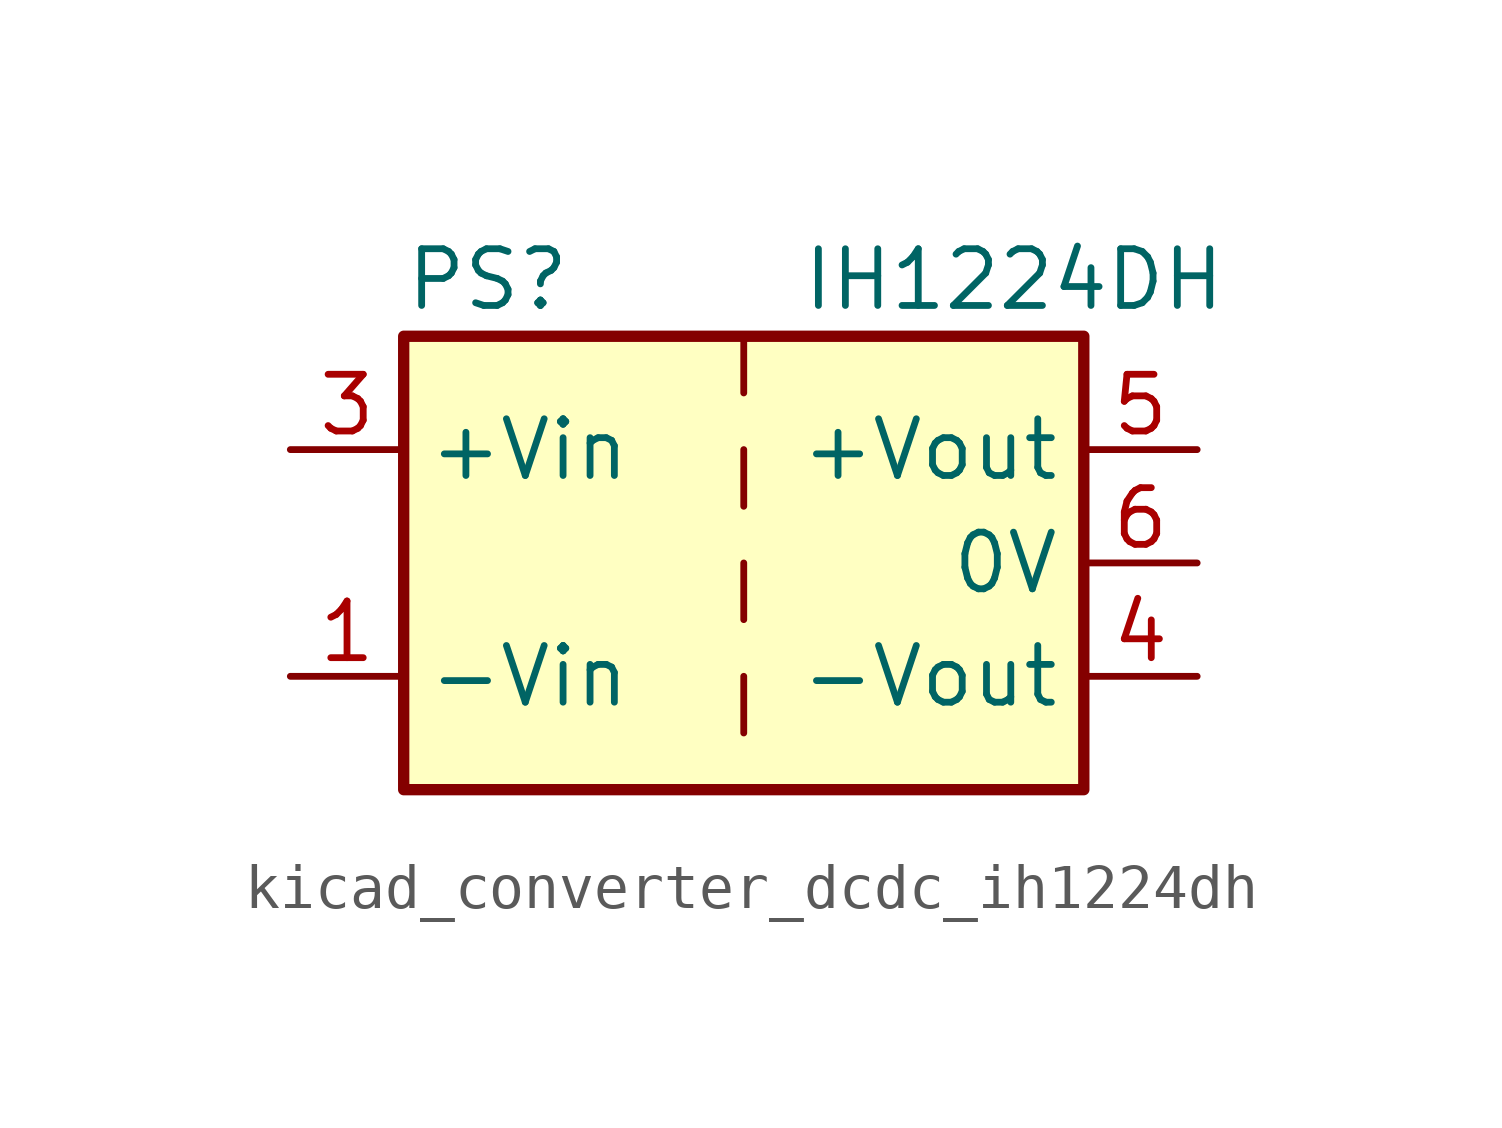
<source format=kicad_sym>
(kicad_symbol_lib
  (version 20220914)
  (generator kicad_symbol_editor)
  (symbol "kicad_converter_dcdc_ih1224dh"
    (property "Reference" "PS"
      (at -7.62 6.35 0)
      (effects (font (size 1.27 1.27)) (justify left)))
    (property "Value" "IH1224DH"
      (at 1.27 6.35 0)
      (effects (font (size 1.27 1.27)) (justify left)))
    (symbol "kicad_converter_dcdc_ih1224dh_0_0"
      (pin power_in line (at -10.16 -2.54 0) (length 2.54) (name "-Vin" (effects (font (size 1.27 1.27)))) (number "1" (effects (font (size 1.27 1.27)))))
      (pin power_in line (at -10.16 2.54 0) (length 2.54) (name "+Vin" (effects (font (size 1.27 1.27)))) (number "3" (effects (font (size 1.27 1.27)))))
      (pin power_out line (at 10.16 -2.54 180) (length 2.54) (name "-Vout" (effects (font (size 1.27 1.27)))) (number "4" (effects (font (size 1.27 1.27)))))
      (pin power_out line (at 10.16 2.54 180) (length 2.54) (name "+Vout" (effects (font (size 1.27 1.27)))) (number "5" (effects (font (size 1.27 1.27)))))
      (pin power_out line (at 10.16 0 180) (length 2.54) (name "0V" (effects (font (size 1.27 1.27)))) (number "6" (effects (font (size 1.27 1.27))))))
    (symbol "kicad_converter_dcdc_ih1224dh_0_1"
      (rectangle (start -7.62 5.08) (end 7.62 -5.08) (stroke (width 0.254) (type default)) (fill (type background)))
      (polyline (pts (xy 0 -2.54) (xy 0 -3.81)) (stroke (width 0) (type default)) (fill (type none)))
      (polyline (pts (xy 0 0) (xy 0 -1.27)) (stroke (width 0) (type default)) (fill (type none)))
      (polyline (pts (xy 0 2.54) (xy 0 1.27)) (stroke (width 0) (type default)) (fill (type none)))
      (polyline (pts (xy 0 5.08) (xy 0 3.81)) (stroke (width 0) (type default)) (fill (type none))))
    (symbol "kicad_converter_dcdc_ih1224dh_1_1"
      (pin no_connect line (at 0 -5.08 90) (length 2.54) hide (name "NC" (effects (font (size 1.27 1.27)))) (number "2" (effects (font (size 1.27 1.27))))))))
</source>
